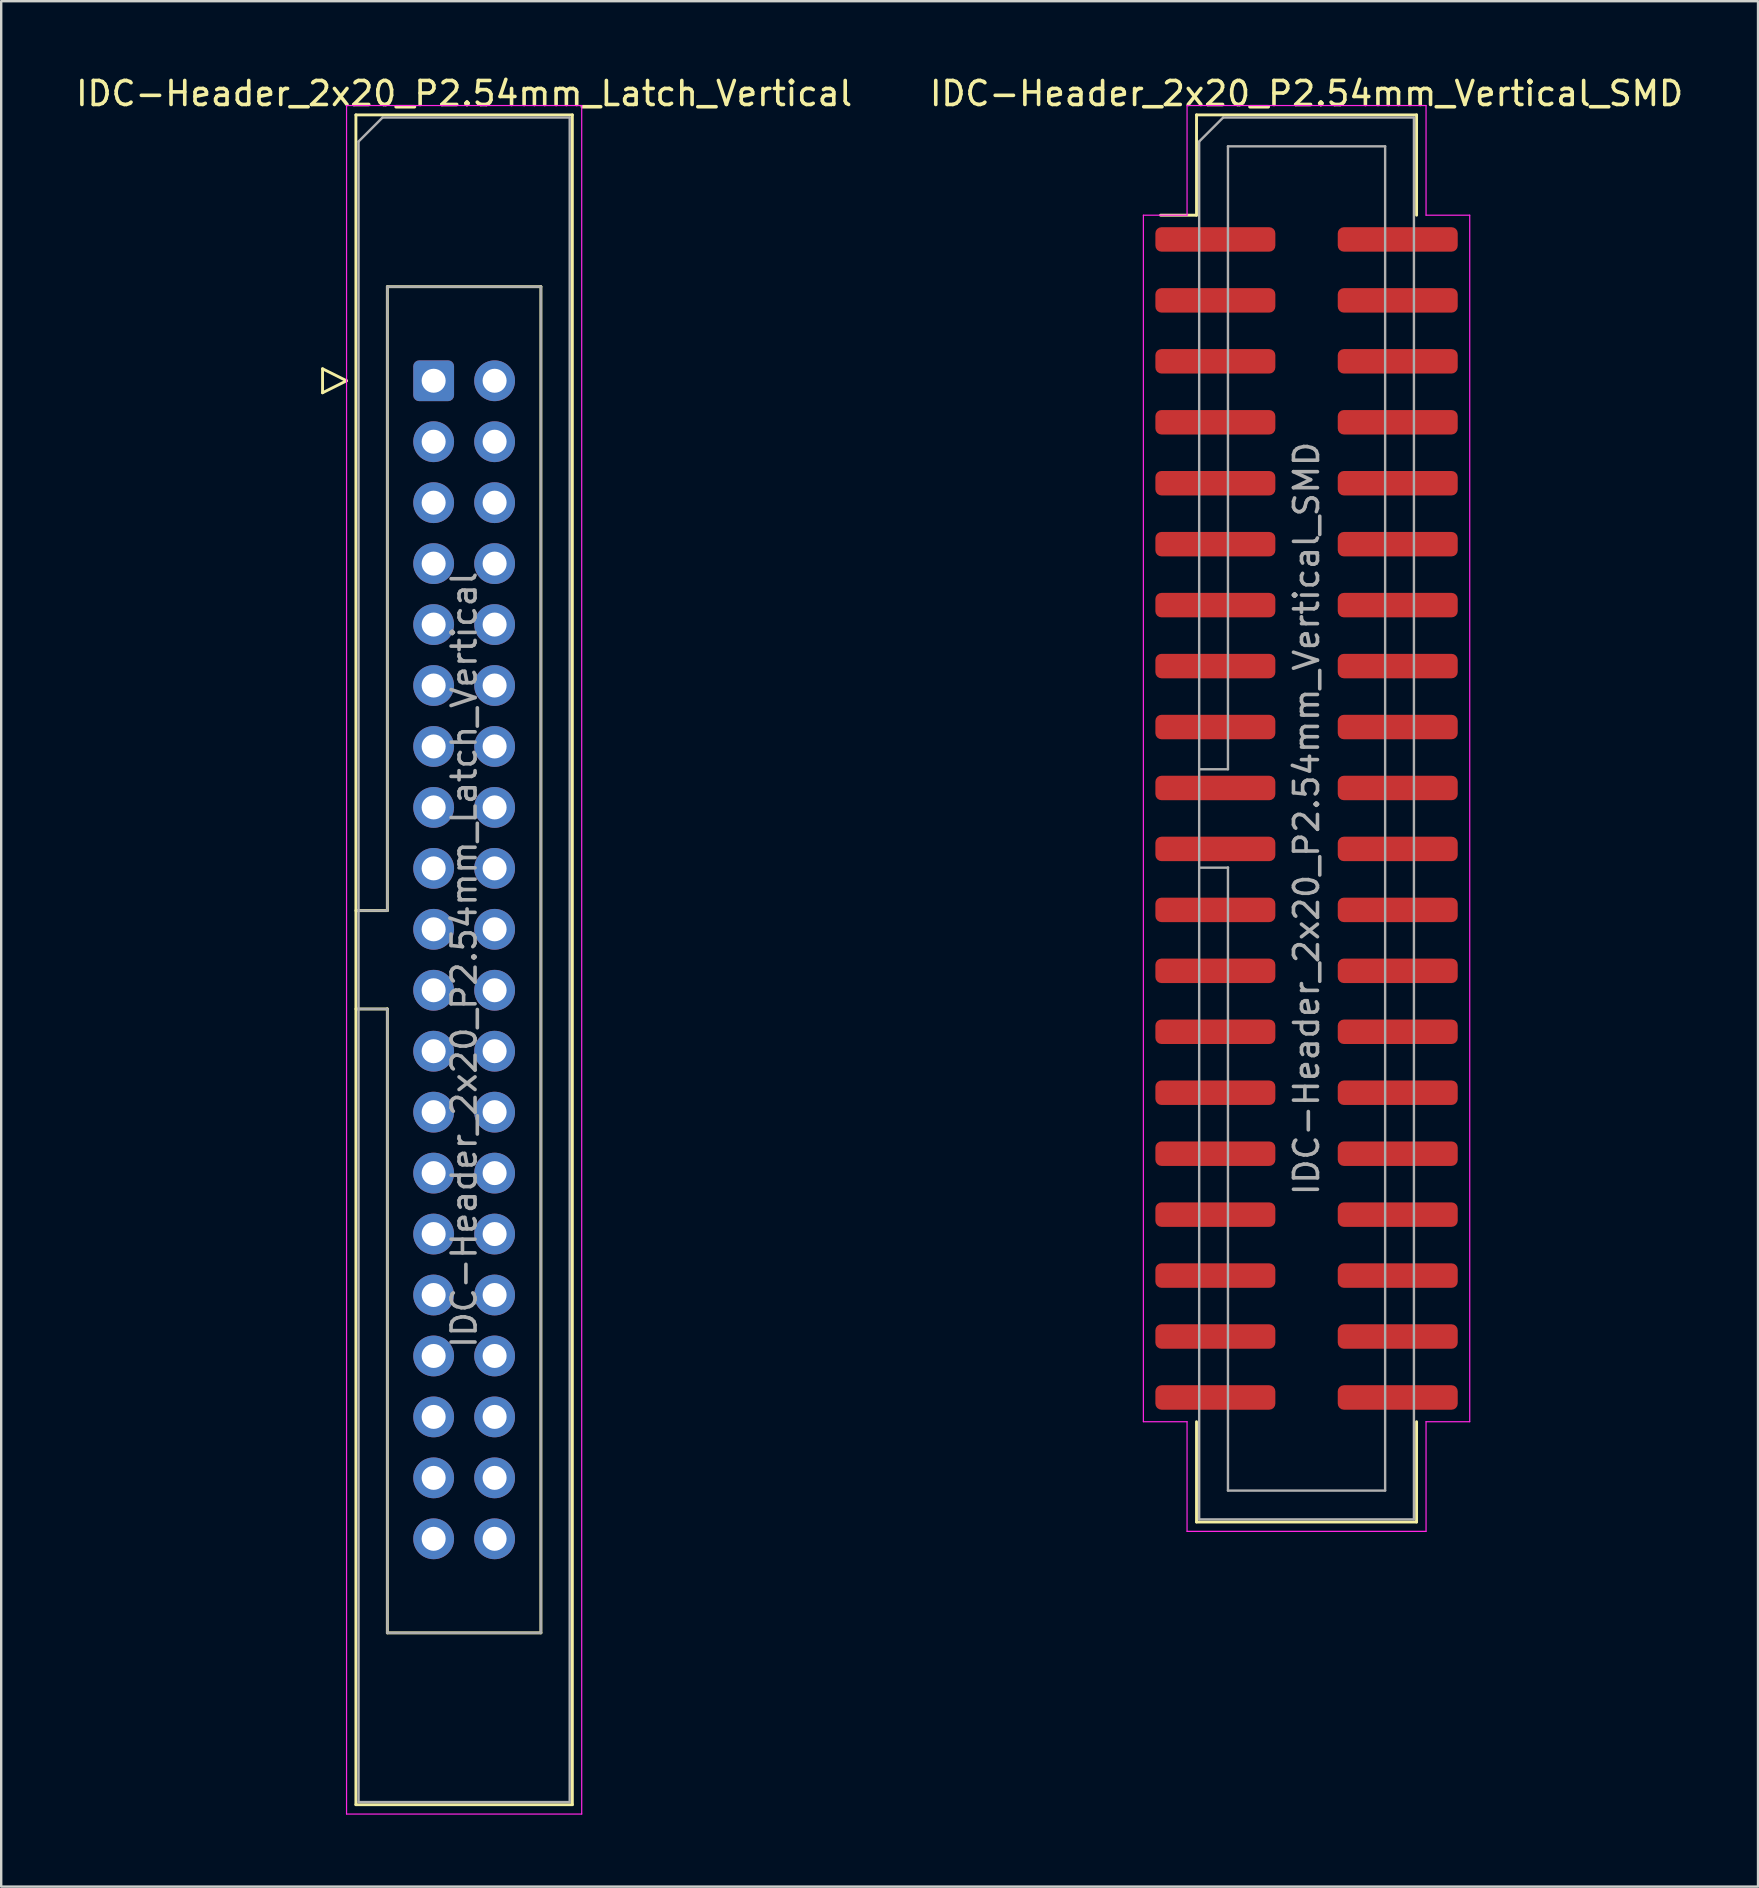
<source format=kicad_pcb>
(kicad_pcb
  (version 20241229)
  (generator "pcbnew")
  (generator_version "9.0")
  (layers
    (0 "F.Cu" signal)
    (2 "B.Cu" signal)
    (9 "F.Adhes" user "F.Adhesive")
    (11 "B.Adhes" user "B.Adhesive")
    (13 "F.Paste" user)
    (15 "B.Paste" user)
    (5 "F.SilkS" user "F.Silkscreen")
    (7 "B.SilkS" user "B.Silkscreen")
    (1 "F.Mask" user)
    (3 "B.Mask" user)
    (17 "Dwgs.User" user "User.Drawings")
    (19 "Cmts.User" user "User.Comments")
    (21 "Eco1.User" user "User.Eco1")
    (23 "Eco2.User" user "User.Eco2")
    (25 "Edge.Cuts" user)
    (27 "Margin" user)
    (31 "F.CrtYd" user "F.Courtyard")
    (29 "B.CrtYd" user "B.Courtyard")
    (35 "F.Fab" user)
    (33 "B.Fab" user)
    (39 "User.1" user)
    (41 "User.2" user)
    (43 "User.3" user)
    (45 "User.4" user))
  (footprint "IDC-Header_2x20_P2.54mm_Vertical_SMD"
    (layer "F.Cu")
    (at 51.399 31.058)
    (property "Reference" "IDC-Header_2x20_P2.54mm_Vertical_SMD" (at 0 -30.21 0) (layer "F.SilkS") (effects (font (size 1 1) (thickness 0.15))))
    (attr smd)
    (fp_line (start -4.585 -29.32) (end 4.585 -29.32) (stroke (width 0.12) (type solid)) (layer "F.SilkS"))
    (fp_line (start -4.585 -25.14) (end -6.085 -25.14) (stroke (width 0.12) (type solid)) (layer "F.SilkS"))
    (fp_line (start -4.585 -25.14) (end -4.585 -29.32) (stroke (width 0.12) (type solid)) (layer "F.SilkS"))
    (fp_line (start -4.585 25.14) (end -4.585 29.32) (stroke (width 0.12) (type solid)) (layer "F.SilkS"))
    (fp_line (start -4.585 29.32) (end 4.585 29.32) (stroke (width 0.12) (type solid)) (layer "F.SilkS"))
    (fp_line (start 4.585 -29.32) (end 4.585 -25.14) (stroke (width 0.12) (type solid)) (layer "F.SilkS"))
    (fp_line (start 4.585 29.32) (end 4.585 25.14) (stroke (width 0.12) (type solid)) (layer "F.SilkS"))
    (fp_line (start -6.8 -25.14) (end -6.8 25.14) (stroke (width 0.05) (type solid)) (layer "F.CrtYd"))
    (fp_line (start -6.8 25.14) (end -4.98 25.14) (stroke (width 0.05) (type solid)) (layer "F.CrtYd"))
    (fp_line (start -4.98 -29.71) (end -4.98 -25.14) (stroke (width 0.05) (type solid)) (layer "F.CrtYd"))
    (fp_line (start -4.98 -25.14) (end -6.8 -25.14) (stroke (width 0.05) (type solid)) (layer "F.CrtYd"))
    (fp_line (start -4.98 25.14) (end -4.98 29.71) (stroke (width 0.05) (type solid)) (layer "F.CrtYd"))
    (fp_line (start -4.98 29.71) (end 4.98 29.71) (stroke (width 0.05) (type solid)) (layer "F.CrtYd"))
    (fp_line (start 4.98 -29.71) (end -4.98 -29.71) (stroke (width 0.05) (type solid)) (layer "F.CrtYd"))
    (fp_line (start 4.98 -25.14) (end 4.98 -29.71) (stroke (width 0.05) (type solid)) (layer "F.CrtYd"))
    (fp_line (start 4.98 25.14) (end 6.8 25.14) (stroke (width 0.05) (type solid)) (layer "F.CrtYd"))
    (fp_line (start 4.98 29.71) (end 4.98 25.14) (stroke (width 0.05) (type solid)) (layer "F.CrtYd"))
    (fp_line (start 6.8 -25.14) (end 4.98 -25.14) (stroke (width 0.05) (type solid)) (layer "F.CrtYd"))
    (fp_line (start 6.8 25.14) (end 6.8 -25.14) (stroke (width 0.05) (type solid)) (layer "F.CrtYd"))
    (fp_line (start -4.475 -28.21) (end -3.475 -29.21) (stroke (width 0.1) (type solid)) (layer "F.Fab"))
    (fp_line (start -4.475 -2.05) (end -3.275 -2.05) (stroke (width 0.1) (type solid)) (layer "F.Fab"))
    (fp_line (start -4.475 29.21) (end -4.475 -28.21) (stroke (width 0.1) (type solid)) (layer "F.Fab"))
    (fp_line (start -3.475 -29.21) (end 4.475 -29.21) (stroke (width 0.1) (type solid)) (layer "F.Fab"))
    (fp_line (start -3.275 -28.01) (end 3.275 -28.01) (stroke (width 0.1) (type solid)) (layer "F.Fab"))
    (fp_line (start -3.275 -2.05) (end -3.275 -28.01) (stroke (width 0.1) (type solid)) (layer "F.Fab"))
    (fp_line (start -3.275 2.05) (end -4.475 2.05) (stroke (width 0.1) (type solid)) (layer "F.Fab"))
    (fp_line (start -3.275 2.05) (end -3.275 2.05) (stroke (width 0.1) (type solid)) (layer "F.Fab"))
    (fp_line (start -3.275 28.01) (end -3.275 2.05) (stroke (width 0.1) (type solid)) (layer "F.Fab"))
    (fp_line (start 3.275 -28.01) (end 3.275 28.01) (stroke (width 0.1) (type solid)) (layer "F.Fab"))
    (fp_line (start 3.275 28.01) (end -3.275 28.01) (stroke (width 0.1) (type solid)) (layer "F.Fab"))
    (fp_line (start 4.475 -29.21) (end 4.475 29.21) (stroke (width 0.1) (type solid)) (layer "F.Fab"))
    (fp_line (start 4.475 29.21) (end -4.475 29.21) (stroke (width 0.1) (type solid)) (layer "F.Fab"))
    (fp_text user "${REFERENCE}" (at 0 0 90) (layer "F.Fab") (effects (font (size 1 1) (thickness 0.15))))
    (pad "1" smd roundrect (at -3.8 -24.13) (size 5 1.02) (layers "F.Cu" "F.Mask" "F.Paste") (roundrect_rratio 0.25))
    (pad "2" smd roundrect (at 3.8 -24.13) (size 5 1.02) (layers "F.Cu" "F.Mask" "F.Paste") (roundrect_rratio 0.25))
    (pad "3" smd roundrect (at -3.8 -21.59) (size 5 1.02) (layers "F.Cu" "F.Mask" "F.Paste") (roundrect_rratio 0.25))
    (pad "4" smd roundrect (at 3.8 -21.59) (size 5 1.02) (layers "F.Cu" "F.Mask" "F.Paste") (roundrect_rratio 0.25))
    (pad "5" smd roundrect (at -3.8 -19.05) (size 5 1.02) (layers "F.Cu" "F.Mask" "F.Paste") (roundrect_rratio 0.25))
    (pad "6" smd roundrect (at 3.8 -19.05) (size 5 1.02) (layers "F.Cu" "F.Mask" "F.Paste") (roundrect_rratio 0.25))
    (pad "7" smd roundrect (at -3.8 -16.51) (size 5 1.02) (layers "F.Cu" "F.Mask" "F.Paste") (roundrect_rratio 0.25))
    (pad "8" smd roundrect (at 3.8 -16.51) (size 5 1.02) (layers "F.Cu" "F.Mask" "F.Paste") (roundrect_rratio 0.25))
    (pad "9" smd roundrect (at -3.8 -13.97) (size 5 1.02) (layers "F.Cu" "F.Mask" "F.Paste") (roundrect_rratio 0.25))
    (pad "10" smd roundrect (at 3.8 -13.97) (size 5 1.02) (layers "F.Cu" "F.Mask" "F.Paste") (roundrect_rratio 0.25))
    (pad "11" smd roundrect (at -3.8 -11.43) (size 5 1.02) (layers "F.Cu" "F.Mask" "F.Paste") (roundrect_rratio 0.25))
    (pad "12" smd roundrect (at 3.8 -11.43) (size 5 1.02) (layers "F.Cu" "F.Mask" "F.Paste") (roundrect_rratio 0.25))
    (pad "13" smd roundrect (at -3.8 -8.89) (size 5 1.02) (layers "F.Cu" "F.Mask" "F.Paste") (roundrect_rratio 0.25))
    (pad "14" smd roundrect (at 3.8 -8.89) (size 5 1.02) (layers "F.Cu" "F.Mask" "F.Paste") (roundrect_rratio 0.25))
    (pad "15" smd roundrect (at -3.8 -6.35) (size 5 1.02) (layers "F.Cu" "F.Mask" "F.Paste") (roundrect_rratio 0.25))
    (pad "16" smd roundrect (at 3.8 -6.35) (size 5 1.02) (layers "F.Cu" "F.Mask" "F.Paste") (roundrect_rratio 0.25))
    (pad "17" smd roundrect (at -3.8 -3.81) (size 5 1.02) (layers "F.Cu" "F.Mask" "F.Paste") (roundrect_rratio 0.25))
    (pad "18" smd roundrect (at 3.8 -3.81) (size 5 1.02) (layers "F.Cu" "F.Mask" "F.Paste") (roundrect_rratio 0.25))
    (pad "19" smd roundrect (at -3.8 -1.27) (size 5 1.02) (layers "F.Cu" "F.Mask" "F.Paste") (roundrect_rratio 0.25))
    (pad "20" smd roundrect (at 3.8 -1.27) (size 5 1.02) (layers "F.Cu" "F.Mask" "F.Paste") (roundrect_rratio 0.25))
    (pad "21" smd roundrect (at -3.8 1.27) (size 5 1.02) (layers "F.Cu" "F.Mask" "F.Paste") (roundrect_rratio 0.25))
    (pad "22" smd roundrect (at 3.8 1.27) (size 5 1.02) (layers "F.Cu" "F.Mask" "F.Paste") (roundrect_rratio 0.25))
    (pad "23" smd roundrect (at -3.8 3.81) (size 5 1.02) (layers "F.Cu" "F.Mask" "F.Paste") (roundrect_rratio 0.25))
    (pad "24" smd roundrect (at 3.8 3.81) (size 5 1.02) (layers "F.Cu" "F.Mask" "F.Paste") (roundrect_rratio 0.25))
    (pad "25" smd roundrect (at -3.8 6.35) (size 5 1.02) (layers "F.Cu" "F.Mask" "F.Paste") (roundrect_rratio 0.25))
    (pad "26" smd roundrect (at 3.8 6.35) (size 5 1.02) (layers "F.Cu" "F.Mask" "F.Paste") (roundrect_rratio 0.25))
    (pad "27" smd roundrect (at -3.8 8.89) (size 5 1.02) (layers "F.Cu" "F.Mask" "F.Paste") (roundrect_rratio 0.25))
    (pad "28" smd roundrect (at 3.8 8.89) (size 5 1.02) (layers "F.Cu" "F.Mask" "F.Paste") (roundrect_rratio 0.25))
    (pad "29" smd roundrect (at -3.8 11.43) (size 5 1.02) (layers "F.Cu" "F.Mask" "F.Paste") (roundrect_rratio 0.25))
    (pad "30" smd roundrect (at 3.8 11.43) (size 5 1.02) (layers "F.Cu" "F.Mask" "F.Paste") (roundrect_rratio 0.25))
    (pad "31" smd roundrect (at -3.8 13.97) (size 5 1.02) (layers "F.Cu" "F.Mask" "F.Paste") (roundrect_rratio 0.25))
    (pad "32" smd roundrect (at 3.8 13.97) (size 5 1.02) (layers "F.Cu" "F.Mask" "F.Paste") (roundrect_rratio 0.25))
    (pad "33" smd roundrect (at -3.8 16.51) (size 5 1.02) (layers "F.Cu" "F.Mask" "F.Paste") (roundrect_rratio 0.25))
    (pad "34" smd roundrect (at 3.8 16.51) (size 5 1.02) (layers "F.Cu" "F.Mask" "F.Paste") (roundrect_rratio 0.25))
    (pad "35" smd roundrect (at -3.8 19.05) (size 5 1.02) (layers "F.Cu" "F.Mask" "F.Paste") (roundrect_rratio 0.25))
    (pad "36" smd roundrect (at 3.8 19.05) (size 5 1.02) (layers "F.Cu" "F.Mask" "F.Paste") (roundrect_rratio 0.25))
    (pad "37" smd roundrect (at -3.8 21.59) (size 5 1.02) (layers "F.Cu" "F.Mask" "F.Paste") (roundrect_rratio 0.25))
    (pad "38" smd roundrect (at 3.8 21.59) (size 5 1.02) (layers "F.Cu" "F.Mask" "F.Paste") (roundrect_rratio 0.25))
    (pad "39" smd roundrect (at -3.8 24.13) (size 5 1.02) (layers "F.Cu" "F.Mask" "F.Paste") (roundrect_rratio 0.25))
    (pad "40" smd roundrect (at 3.8 24.13) (size 5 1.02) (layers "F.Cu" "F.Mask" "F.Paste") (roundrect_rratio 0.25)))
  (footprint "IDC-Header_2x20_P2.54mm_Latch_Vertical"
    (layer "F.Cu")
    (at 15.022 12.818)
    (property "Reference" "IDC-Header_2x20_P2.54mm_Latch_Vertical" (at 1.27 -11.97 0) (layer "F.SilkS") (effects (font (size 1 1) (thickness 0.15))))
    (attr through_hole)
    (fp_line (start -4.63 -0.5) (end -4.63 0.5) (stroke (width 0.12) (type solid)) (layer "F.SilkS"))
    (fp_line (start -4.63 0.5) (end -3.63 0) (stroke (width 0.12) (type solid)) (layer "F.SilkS"))
    (fp_line (start -3.63 0) (end -4.63 -0.5) (stroke (width 0.12) (type solid)) (layer "F.SilkS"))
    (fp_line (start -3.24 -11.08) (end 5.78 -11.08) (stroke (width 0.12) (type solid)) (layer "F.SilkS"))
    (fp_line (start -3.24 22.08) (end -1.93 22.08) (stroke (width 0.12) (type solid)) (layer "F.SilkS"))
    (fp_line (start -3.24 59.34) (end -3.24 -11.08) (stroke (width 0.12) (type solid)) (layer "F.SilkS"))
    (fp_line (start -1.93 -3.92) (end 4.47 -3.92) (stroke (width 0.12) (type solid)) (layer "F.SilkS"))
    (fp_line (start -1.93 22.08) (end -1.93 -3.92) (stroke (width 0.12) (type solid)) (layer "F.SilkS"))
    (fp_line (start -1.93 26.18) (end -3.24 26.18) (stroke (width 0.12) (type solid)) (layer "F.SilkS"))
    (fp_line (start -1.93 26.18) (end -1.93 26.18) (stroke (width 0.12) (type solid)) (layer "F.SilkS"))
    (fp_line (start -1.93 52.18) (end -1.93 26.18) (stroke (width 0.12) (type solid)) (layer "F.SilkS"))
    (fp_line (start 4.47 -3.92) (end 4.47 52.18) (stroke (width 0.12) (type solid)) (layer "F.SilkS"))
    (fp_line (start 4.47 52.18) (end -1.93 52.18) (stroke (width 0.12) (type solid)) (layer "F.SilkS"))
    (fp_line (start 5.78 -11.08) (end 5.78 59.34) (stroke (width 0.12) (type solid)) (layer "F.SilkS"))
    (fp_line (start 5.78 59.34) (end -3.24 59.34) (stroke (width 0.12) (type solid)) (layer "F.SilkS"))
    (fp_line (start -3.63 -11.47) (end -3.63 59.73) (stroke (width 0.05) (type solid)) (layer "F.CrtYd"))
    (fp_line (start -3.63 59.73) (end 6.17 59.73) (stroke (width 0.05) (type solid)) (layer "F.CrtYd"))
    (fp_line (start 6.17 -11.47) (end -3.63 -11.47) (stroke (width 0.05) (type solid)) (layer "F.CrtYd"))
    (fp_line (start 6.17 59.73) (end 6.17 -11.47) (stroke (width 0.05) (type solid)) (layer "F.CrtYd"))
    (fp_line (start -3.13 -9.97) (end -2.13 -10.97) (stroke (width 0.1) (type solid)) (layer "F.Fab"))
    (fp_line (start -3.13 22.08) (end -1.93 22.08) (stroke (width 0.1) (type solid)) (layer "F.Fab"))
    (fp_line (start -3.13 59.23) (end -3.13 -9.97) (stroke (width 0.1) (type solid)) (layer "F.Fab"))
    (fp_line (start -2.13 -10.97) (end 5.67 -10.97) (stroke (width 0.1) (type solid)) (layer "F.Fab"))
    (fp_line (start -1.93 -3.92) (end 4.47 -3.92) (stroke (width 0.1) (type solid)) (layer "F.Fab"))
    (fp_line (start -1.93 22.08) (end -1.93 -3.92) (stroke (width 0.1) (type solid)) (layer "F.Fab"))
    (fp_line (start -1.93 26.18) (end -3.13 26.18) (stroke (width 0.1) (type solid)) (layer "F.Fab"))
    (fp_line (start -1.93 26.18) (end -1.93 26.18) (stroke (width 0.1) (type solid)) (layer "F.Fab"))
    (fp_line (start -1.93 52.18) (end -1.93 26.18) (stroke (width 0.1) (type solid)) (layer "F.Fab"))
    (fp_line (start 4.47 -3.92) (end 4.47 52.18) (stroke (width 0.1) (type solid)) (layer "F.Fab"))
    (fp_line (start 4.47 52.18) (end -1.93 52.18) (stroke (width 0.1) (type solid)) (layer "F.Fab"))
    (fp_line (start 5.67 -10.97) (end 5.67 59.23) (stroke (width 0.1) (type solid)) (layer "F.Fab"))
    (fp_line (start 5.67 59.23) (end -3.13 59.23) (stroke (width 0.1) (type solid)) (layer "F.Fab"))
    (fp_text user "${REFERENCE}" (at 1.27 24.13 90) (layer "F.Fab") (effects (font (size 1 1) (thickness 0.15))))
    (pad "1" thru_hole roundrect (at 0 0) (size 1.7 1.7) (drill 1) (layers "*.Cu" "*.Mask") (roundrect_rratio 0.147))
    (pad "2" thru_hole circle (at 2.54 0) (size 1.7 1.7) (drill 1) (layers "*.Cu" "*.Mask"))
    (pad "3" thru_hole circle (at 0 2.54) (size 1.7 1.7) (drill 1) (layers "*.Cu" "*.Mask"))
    (pad "4" thru_hole circle (at 2.54 2.54) (size 1.7 1.7) (drill 1) (layers "*.Cu" "*.Mask"))
    (pad "5" thru_hole circle (at 0 5.08) (size 1.7 1.7) (drill 1) (layers "*.Cu" "*.Mask"))
    (pad "6" thru_hole circle (at 2.54 5.08) (size 1.7 1.7) (drill 1) (layers "*.Cu" "*.Mask"))
    (pad "7" thru_hole circle (at 0 7.62) (size 1.7 1.7) (drill 1) (layers "*.Cu" "*.Mask"))
    (pad "8" thru_hole circle (at 2.54 7.62) (size 1.7 1.7) (drill 1) (layers "*.Cu" "*.Mask"))
    (pad "9" thru_hole circle (at 0 10.16) (size 1.7 1.7) (drill 1) (layers "*.Cu" "*.Mask"))
    (pad "10" thru_hole circle (at 2.54 10.16) (size 1.7 1.7) (drill 1) (layers "*.Cu" "*.Mask"))
    (pad "11" thru_hole circle (at 0 12.7) (size 1.7 1.7) (drill 1) (layers "*.Cu" "*.Mask"))
    (pad "12" thru_hole circle (at 2.54 12.7) (size 1.7 1.7) (drill 1) (layers "*.Cu" "*.Mask"))
    (pad "13" thru_hole circle (at 0 15.24) (size 1.7 1.7) (drill 1) (layers "*.Cu" "*.Mask"))
    (pad "14" thru_hole circle (at 2.54 15.24) (size 1.7 1.7) (drill 1) (layers "*.Cu" "*.Mask"))
    (pad "15" thru_hole circle (at 0 17.78) (size 1.7 1.7) (drill 1) (layers "*.Cu" "*.Mask"))
    (pad "16" thru_hole circle (at 2.54 17.78) (size 1.7 1.7) (drill 1) (layers "*.Cu" "*.Mask"))
    (pad "17" thru_hole circle (at 0 20.32) (size 1.7 1.7) (drill 1) (layers "*.Cu" "*.Mask"))
    (pad "18" thru_hole circle (at 2.54 20.32) (size 1.7 1.7) (drill 1) (layers "*.Cu" "*.Mask"))
    (pad "19" thru_hole circle (at 0 22.86) (size 1.7 1.7) (drill 1) (layers "*.Cu" "*.Mask"))
    (pad "20" thru_hole circle (at 2.54 22.86) (size 1.7 1.7) (drill 1) (layers "*.Cu" "*.Mask"))
    (pad "21" thru_hole circle (at 0 25.4) (size 1.7 1.7) (drill 1) (layers "*.Cu" "*.Mask"))
    (pad "22" thru_hole circle (at 2.54 25.4) (size 1.7 1.7) (drill 1) (layers "*.Cu" "*.Mask"))
    (pad "23" thru_hole circle (at 0 27.94) (size 1.7 1.7) (drill 1) (layers "*.Cu" "*.Mask"))
    (pad "24" thru_hole circle (at 2.54 27.94) (size 1.7 1.7) (drill 1) (layers "*.Cu" "*.Mask"))
    (pad "25" thru_hole circle (at 0 30.48) (size 1.7 1.7) (drill 1) (layers "*.Cu" "*.Mask"))
    (pad "26" thru_hole circle (at 2.54 30.48) (size 1.7 1.7) (drill 1) (layers "*.Cu" "*.Mask"))
    (pad "27" thru_hole circle (at 0 33.02) (size 1.7 1.7) (drill 1) (layers "*.Cu" "*.Mask"))
    (pad "28" thru_hole circle (at 2.54 33.02) (size 1.7 1.7) (drill 1) (layers "*.Cu" "*.Mask"))
    (pad "29" thru_hole circle (at 0 35.56) (size 1.7 1.7) (drill 1) (layers "*.Cu" "*.Mask"))
    (pad "30" thru_hole circle (at 2.54 35.56) (size 1.7 1.7) (drill 1) (layers "*.Cu" "*.Mask"))
    (pad "31" thru_hole circle (at 0 38.1) (size 1.7 1.7) (drill 1) (layers "*.Cu" "*.Mask"))
    (pad "32" thru_hole circle (at 2.54 38.1) (size 1.7 1.7) (drill 1) (layers "*.Cu" "*.Mask"))
    (pad "33" thru_hole circle (at 0 40.64) (size 1.7 1.7) (drill 1) (layers "*.Cu" "*.Mask"))
    (pad "34" thru_hole circle (at 2.54 40.64) (size 1.7 1.7) (drill 1) (layers "*.Cu" "*.Mask"))
    (pad "35" thru_hole circle (at 0 43.18) (size 1.7 1.7) (drill 1) (layers "*.Cu" "*.Mask"))
    (pad "36" thru_hole circle (at 2.54 43.18) (size 1.7 1.7) (drill 1) (layers "*.Cu" "*.Mask"))
    (pad "37" thru_hole circle (at 0 45.72) (size 1.7 1.7) (drill 1) (layers "*.Cu" "*.Mask"))
    (pad "38" thru_hole circle (at 2.54 45.72) (size 1.7 1.7) (drill 1) (layers "*.Cu" "*.Mask"))
    (pad "39" thru_hole circle (at 0 48.26) (size 1.7 1.7) (drill 1) (layers "*.Cu" "*.Mask"))
    (pad "40" thru_hole circle (at 2.54 48.26) (size 1.7 1.7) (drill 1) (layers "*.Cu" "*.Mask")))
  (gr_rect
    (start -3 -3)
    (end 70.214 75.573)
    (stroke (width 0.1) (type default))
    (fill no)
    (layer "Edge.Cuts")))
</source>
